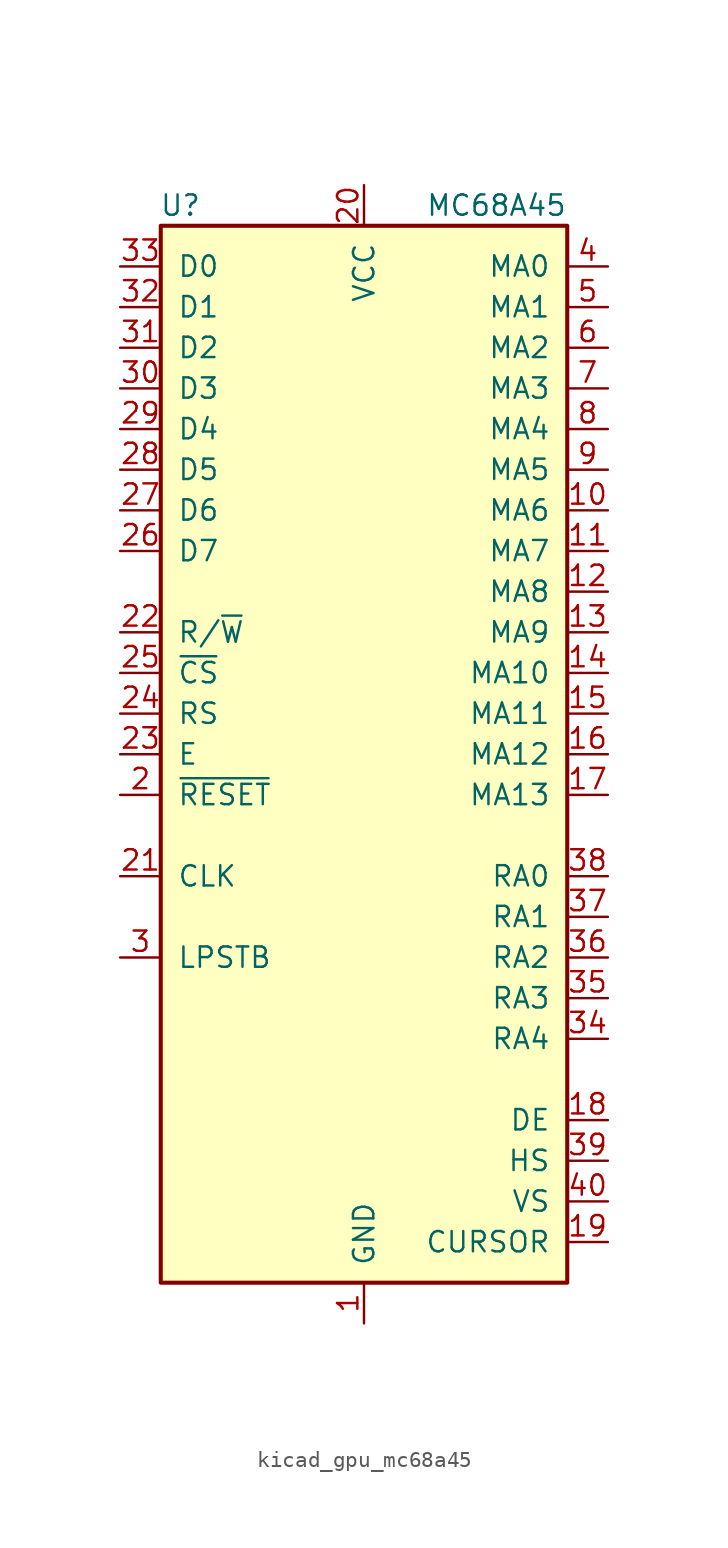
<source format=kicad_sym>
(kicad_symbol_lib
  (version 20220914)
  (generator kicad_symbol_editor)
  (symbol "kicad_gpu_mc68a45"
    (pin_names
      (offset 1.016))
    (property "Reference" "U"
      (at -10.16 34.29 0)
      (effects (font (size 1.27 1.27)) (justify right)))
    (property "Value" "MC68A45"
      (at 12.7 34.29 0)
      (effects (font (size 1.27 1.27)) (justify right)))
    (symbol "kicad_gpu_mc68a45_0_1"
      (rectangle (start -12.7 -33.02) (end 12.7 33.02) (stroke (width 0.254) (type default)) (fill (type background))))
    (symbol "kicad_gpu_mc68a45_1_1"
      (pin power_in line (at 0 -35.56 90) (length 2.54) (name "GND" (effects (font (size 1.27 1.27)))) (number "1" (effects (font (size 1.27 1.27)))))
      (pin output line (at 15.24 15.24 180) (length 2.54) (name "MA6" (effects (font (size 1.27 1.27)))) (number "10" (effects (font (size 1.27 1.27)))))
      (pin output line (at 15.24 12.7 180) (length 2.54) (name "MA7" (effects (font (size 1.27 1.27)))) (number "11" (effects (font (size 1.27 1.27)))))
      (pin output line (at 15.24 10.16 180) (length 2.54) (name "MA8" (effects (font (size 1.27 1.27)))) (number "12" (effects (font (size 1.27 1.27)))))
      (pin output line (at 15.24 7.62 180) (length 2.54) (name "MA9" (effects (font (size 1.27 1.27)))) (number "13" (effects (font (size 1.27 1.27)))))
      (pin output line (at 15.24 5.08 180) (length 2.54) (name "MA10" (effects (font (size 1.27 1.27)))) (number "14" (effects (font (size 1.27 1.27)))))
      (pin output line (at 15.24 2.54 180) (length 2.54) (name "MA11" (effects (font (size 1.27 1.27)))) (number "15" (effects (font (size 1.27 1.27)))))
      (pin output line (at 15.24 0 180) (length 2.54) (name "MA12" (effects (font (size 1.27 1.27)))) (number "16" (effects (font (size 1.27 1.27)))))
      (pin output line (at 15.24 -2.54 180) (length 2.54) (name "MA13" (effects (font (size 1.27 1.27)))) (number "17" (effects (font (size 1.27 1.27)))))
      (pin output line (at 15.24 -22.86 180) (length 2.54) (name "DE" (effects (font (size 1.27 1.27)))) (number "18" (effects (font (size 1.27 1.27)))))
      (pin output line (at 15.24 -30.48 180) (length 2.54) (name "CURSOR" (effects (font (size 1.27 1.27)))) (number "19" (effects (font (size 1.27 1.27)))))
      (pin input line (at -15.24 -2.54 0) (length 2.54) (name "~{RESET}" (effects (font (size 1.27 1.27)))) (number "2" (effects (font (size 1.27 1.27)))))
      (pin power_in line (at 0 35.56 270) (length 2.54) (name "VCC" (effects (font (size 1.27 1.27)))) (number "20" (effects (font (size 1.27 1.27)))))
      (pin input line (at -15.24 -7.62 0) (length 2.54) (name "CLK" (effects (font (size 1.27 1.27)))) (number "21" (effects (font (size 1.27 1.27)))))
      (pin input line (at -15.24 7.62 0) (length 2.54) (name "R/~{W}" (effects (font (size 1.27 1.27)))) (number "22" (effects (font (size 1.27 1.27)))))
      (pin input line (at -15.24 0 0) (length 2.54) (name "E" (effects (font (size 1.27 1.27)))) (number "23" (effects (font (size 1.27 1.27)))))
      (pin input line (at -15.24 2.54 0) (length 2.54) (name "RS" (effects (font (size 1.27 1.27)))) (number "24" (effects (font (size 1.27 1.27)))))
      (pin input line (at -15.24 5.08 0) (length 2.54) (name "~{CS}" (effects (font (size 1.27 1.27)))) (number "25" (effects (font (size 1.27 1.27)))))
      (pin bidirectional line (at -15.24 12.7 0) (length 2.54) (name "D7" (effects (font (size 1.27 1.27)))) (number "26" (effects (font (size 1.27 1.27)))))
      (pin bidirectional line (at -15.24 15.24 0) (length 2.54) (name "D6" (effects (font (size 1.27 1.27)))) (number "27" (effects (font (size 1.27 1.27)))))
      (pin bidirectional line (at -15.24 17.78 0) (length 2.54) (name "D5" (effects (font (size 1.27 1.27)))) (number "28" (effects (font (size 1.27 1.27)))))
      (pin bidirectional line (at -15.24 20.32 0) (length 2.54) (name "D4" (effects (font (size 1.27 1.27)))) (number "29" (effects (font (size 1.27 1.27)))))
      (pin input line (at -15.24 -12.7 0) (length 2.54) (name "LPSTB" (effects (font (size 1.27 1.27)))) (number "3" (effects (font (size 1.27 1.27)))))
      (pin bidirectional line (at -15.24 22.86 0) (length 2.54) (name "D3" (effects (font (size 1.27 1.27)))) (number "30" (effects (font (size 1.27 1.27)))))
      (pin bidirectional line (at -15.24 25.4 0) (length 2.54) (name "D2" (effects (font (size 1.27 1.27)))) (number "31" (effects (font (size 1.27 1.27)))))
      (pin bidirectional line (at -15.24 27.94 0) (length 2.54) (name "D1" (effects (font (size 1.27 1.27)))) (number "32" (effects (font (size 1.27 1.27)))))
      (pin bidirectional line (at -15.24 30.48 0) (length 2.54) (name "D0" (effects (font (size 1.27 1.27)))) (number "33" (effects (font (size 1.27 1.27)))))
      (pin output line (at 15.24 -17.78 180) (length 2.54) (name "RA4" (effects (font (size 1.27 1.27)))) (number "34" (effects (font (size 1.27 1.27)))))
      (pin output line (at 15.24 -15.24 180) (length 2.54) (name "RA3" (effects (font (size 1.27 1.27)))) (number "35" (effects (font (size 1.27 1.27)))))
      (pin output line (at 15.24 -12.7 180) (length 2.54) (name "RA2" (effects (font (size 1.27 1.27)))) (number "36" (effects (font (size 1.27 1.27)))))
      (pin output line (at 15.24 -10.16 180) (length 2.54) (name "RA1" (effects (font (size 1.27 1.27)))) (number "37" (effects (font (size 1.27 1.27)))))
      (pin output line (at 15.24 -7.62 180) (length 2.54) (name "RA0" (effects (font (size 1.27 1.27)))) (number "38" (effects (font (size 1.27 1.27)))))
      (pin output line (at 15.24 -25.4 180) (length 2.54) (name "HS" (effects (font (size 1.27 1.27)))) (number "39" (effects (font (size 1.27 1.27)))))
      (pin output line (at 15.24 30.48 180) (length 2.54) (name "MA0" (effects (font (size 1.27 1.27)))) (number "4" (effects (font (size 1.27 1.27)))))
      (pin output line (at 15.24 -27.94 180) (length 2.54) (name "VS" (effects (font (size 1.27 1.27)))) (number "40" (effects (font (size 1.27 1.27)))))
      (pin output line (at 15.24 27.94 180) (length 2.54) (name "MA1" (effects (font (size 1.27 1.27)))) (number "5" (effects (font (size 1.27 1.27)))))
      (pin output line (at 15.24 25.4 180) (length 2.54) (name "MA2" (effects (font (size 1.27 1.27)))) (number "6" (effects (font (size 1.27 1.27)))))
      (pin output line (at 15.24 22.86 180) (length 2.54) (name "MA3" (effects (font (size 1.27 1.27)))) (number "7" (effects (font (size 1.27 1.27)))))
      (pin output line (at 15.24 20.32 180) (length 2.54) (name "MA4" (effects (font (size 1.27 1.27)))) (number "8" (effects (font (size 1.27 1.27)))))
      (pin output line (at 15.24 17.78 180) (length 2.54) (name "MA5" (effects (font (size 1.27 1.27)))) (number "9" (effects (font (size 1.27 1.27))))))))
</source>
